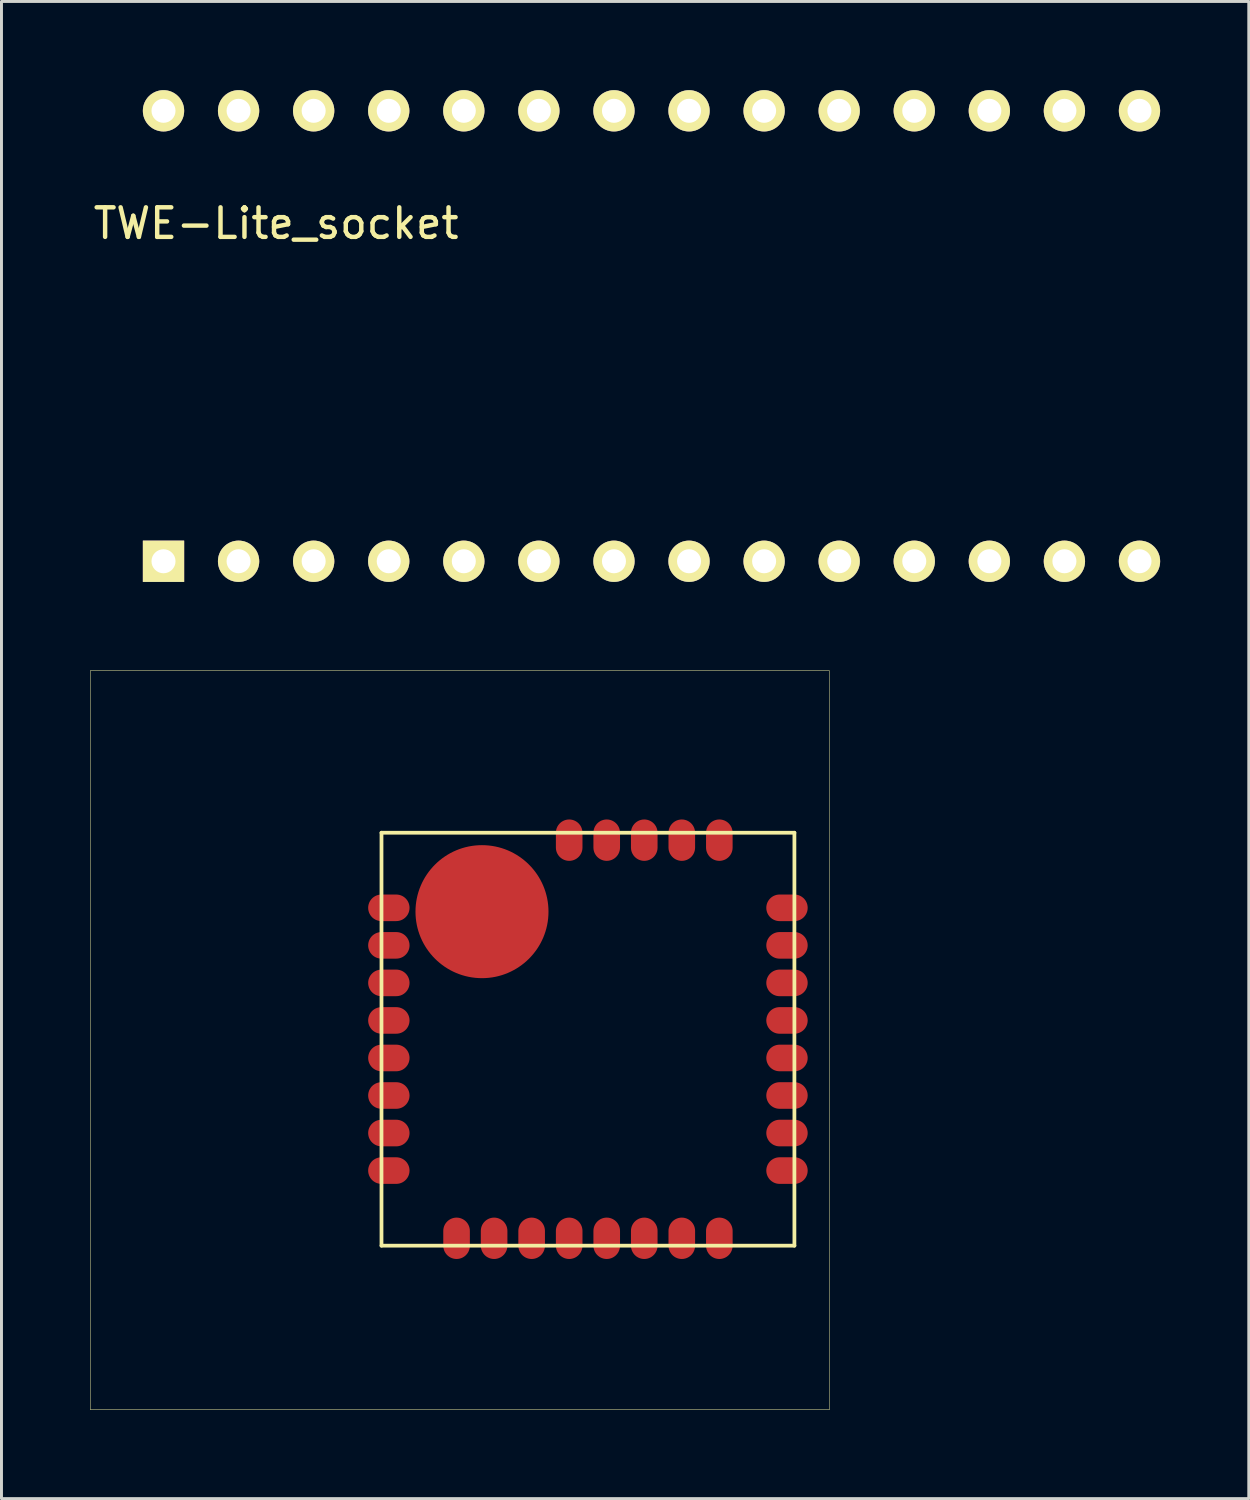
<source format=kicad_pcb>
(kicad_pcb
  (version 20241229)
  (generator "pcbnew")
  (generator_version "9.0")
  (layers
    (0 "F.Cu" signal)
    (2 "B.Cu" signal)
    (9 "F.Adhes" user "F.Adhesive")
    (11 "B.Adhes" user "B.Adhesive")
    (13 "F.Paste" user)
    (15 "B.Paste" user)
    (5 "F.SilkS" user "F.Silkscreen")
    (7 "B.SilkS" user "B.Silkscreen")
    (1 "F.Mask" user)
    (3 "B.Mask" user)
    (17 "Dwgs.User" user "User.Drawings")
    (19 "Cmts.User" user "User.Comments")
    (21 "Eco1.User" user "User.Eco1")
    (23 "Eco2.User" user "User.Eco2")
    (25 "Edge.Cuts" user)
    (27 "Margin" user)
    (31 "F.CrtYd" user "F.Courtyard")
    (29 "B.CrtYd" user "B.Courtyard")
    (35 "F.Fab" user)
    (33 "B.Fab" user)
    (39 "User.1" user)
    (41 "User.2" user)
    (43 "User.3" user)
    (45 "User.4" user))
  (footprint "TWE_LITE"
    (layer "F.Cu")
    (at 9.857 39.094)
    (property "Reference" "TWE_LITE" (at 0 0 0) (layer "Cmts.User") (effects (font (size 0.001 0.001) (thickness 0.000001))))
    (attr through_hole)
    (fp_line (start -9.85 -19.45) (end 15.15 -19.45) (stroke (width 0.015) (type solid)) (layer "F.SilkS"))
    (fp_line (start -9.85 5.55) (end -9.85 -19.45) (stroke (width 0.015) (type solid)) (layer "F.SilkS"))
    (fp_line (start 0 -13.97) (end 0 0) (stroke (width 0.127) (type solid)) (layer "F.SilkS"))
    (fp_line (start 0 0) (end 13.97 0) (stroke (width 0.127) (type solid)) (layer "F.SilkS"))
    (fp_line (start 13.97 -13.97) (end 0 -13.97) (stroke (width 0.127) (type solid)) (layer "F.SilkS"))
    (fp_line (start 13.97 0) (end 13.97 -13.97) (stroke (width 0.127) (type solid)) (layer "F.SilkS"))
    (fp_line (start 15.15 -19.45) (end 15.15 5.55) (stroke (width 0.015) (type solid)) (layer "F.SilkS"))
    (fp_line (start 15.15 5.55) (end -9.85 5.55) (stroke (width 0.015) (type solid)) (layer "F.SilkS"))
    (pad "" smd circle (at 3.4 -11.3) (size 4.5 4.5) (layers "F.Cu" "F.Mask" "F.Paste"))
    (pad "1" smd oval (at 0.249 -11.43) (size 1.4 0.899) (layers "F.Cu" "F.Mask" "F.Paste"))
    (pad "2" smd oval (at 0.249 -10.16) (size 1.4 0.899) (layers "F.Cu" "F.Mask" "F.Paste"))
    (pad "3" smd oval (at 0.249 -8.89) (size 1.4 0.899) (layers "F.Cu" "F.Mask" "F.Paste"))
    (pad "4" smd oval (at 0.249 -7.62) (size 1.4 0.899) (layers "F.Cu" "F.Mask" "F.Paste"))
    (pad "5" smd oval (at 0.249 -6.35) (size 1.4 0.9) (layers "F.Cu" "F.Mask" "F.Paste"))
    (pad "6" smd oval (at 0.249 -5.08) (size 1.4 0.9) (layers "F.Cu" "F.Mask" "F.Paste"))
    (pad "7" smd oval (at 0.249 -3.81) (size 1.4 0.9) (layers "F.Cu" "F.Mask" "F.Paste"))
    (pad "8" smd oval (at 0.249 -2.54) (size 1.4 0.9) (layers "F.Cu" "F.Mask" "F.Paste"))
    (pad "9" smd oval (at 2.54 -0.249 90) (size 1.4 0.9) (layers "F.Cu" "F.Mask" "F.Paste"))
    (pad "10" smd oval (at 3.81 -0.249 90) (size 1.4 0.9) (layers "F.Cu" "F.Mask" "F.Paste"))
    (pad "11" smd oval (at 5.08 -0.249 90) (size 1.4 0.9) (layers "F.Cu" "F.Mask" "F.Paste"))
    (pad "12" smd oval (at 6.35 -0.249 90) (size 1.4 0.9) (layers "F.Cu" "F.Mask" "F.Paste"))
    (pad "13" smd oval (at 7.62 -0.249 90) (size 1.4 0.9) (layers "F.Cu" "F.Mask" "F.Paste"))
    (pad "14" smd oval (at 8.89 -0.249 90) (size 1.4 0.9) (layers "F.Cu" "F.Mask" "F.Paste"))
    (pad "15" smd oval (at 10.16 -0.249 90) (size 1.4 0.9) (layers "F.Cu" "F.Mask" "F.Paste"))
    (pad "16" smd oval (at 11.43 -0.249 90) (size 1.4 0.9) (layers "F.Cu" "F.Mask" "F.Paste"))
    (pad "17" smd oval (at 13.719 -2.54 180) (size 1.4 0.9) (layers "F.Cu" "F.Mask" "F.Paste"))
    (pad "18" smd oval (at 13.719 -3.81 180) (size 1.4 0.9) (layers "F.Cu" "F.Mask" "F.Paste"))
    (pad "19" smd oval (at 13.719 -5.08 180) (size 1.4 0.9) (layers "F.Cu" "F.Mask" "F.Paste"))
    (pad "20" smd oval (at 13.719 -6.35 180) (size 1.4 0.9) (layers "F.Cu" "F.Mask" "F.Paste"))
    (pad "21" smd oval (at 13.719 -7.62 180) (size 1.4 0.9) (layers "F.Cu" "F.Mask" "F.Paste"))
    (pad "22" smd oval (at 13.719 -8.89 180) (size 1.4 0.9) (layers "F.Cu" "F.Mask" "F.Paste"))
    (pad "23" smd oval (at 13.719 -10.16 180) (size 1.4 0.9) (layers "F.Cu" "F.Mask" "F.Paste"))
    (pad "24" smd oval (at 13.719 -11.43 180) (size 1.4 0.9) (layers "F.Cu" "F.Mask" "F.Paste"))
    (pad "25" smd oval (at 11.43 -13.719 270) (size 1.4 0.899) (layers "F.Cu" "F.Mask" "F.Paste"))
    (pad "26" smd oval (at 10.16 -13.719 270) (size 1.4 0.9) (layers "F.Cu" "F.Mask" "F.Paste"))
    (pad "27" smd oval (at 8.89 -13.719 270) (size 1.4 0.9) (layers "F.Cu" "F.Mask" "F.Paste"))
    (pad "28" smd oval (at 7.62 -13.719 270) (size 1.4 0.9) (layers "F.Cu" "F.Mask" "F.Paste"))
    (pad "29" smd oval (at 6.35 -13.719 270) (size 1.4 0.9) (layers "F.Cu" "F.Mask" "F.Paste")))
  (footprint "TWE-Lite_socket"
    (layer "F.Cu")
    (at 18.992 8.319)
    (property "Reference" "TWE-Lite_socket" (at -12.7 -3.81 0) (layer "F.SilkS") (effects (font (size 1 1) (thickness 0.15))))
    (attr through_hole)
    (pad "1" thru_hole rect (at -16.51 7.62) (size 1.397 1.397) (drill 0.813) (layers "*.Cu" "*.Mask" "F.SilkS"))
    (pad "2" thru_hole circle (at -13.97 7.62) (size 1.397 1.397) (drill 0.813) (layers "*.Cu" "*.Mask" "F.SilkS"))
    (pad "3" thru_hole circle (at -11.43 7.62) (size 1.397 1.397) (drill 0.813) (layers "*.Cu" "*.Mask" "F.SilkS"))
    (pad "4" thru_hole circle (at -8.89 7.62) (size 1.397 1.397) (drill 0.813) (layers "*.Cu" "*.Mask" "F.SilkS"))
    (pad "5" thru_hole circle (at -6.35 7.62) (size 1.397 1.397) (drill 0.813) (layers "*.Cu" "*.Mask" "F.SilkS"))
    (pad "6" thru_hole circle (at -3.81 7.62) (size 1.397 1.397) (drill 0.813) (layers "*.Cu" "*.Mask" "F.SilkS"))
    (pad "7" thru_hole circle (at -1.27 7.62) (size 1.397 1.397) (drill 0.813) (layers "*.Cu" "*.Mask" "F.SilkS"))
    (pad "8" thru_hole circle (at 1.27 7.62) (size 1.397 1.397) (drill 0.813) (layers "*.Cu" "*.Mask" "F.SilkS"))
    (pad "9" thru_hole circle (at 3.81 7.62) (size 1.397 1.397) (drill 0.813) (layers "*.Cu" "*.Mask" "F.SilkS"))
    (pad "10" thru_hole circle (at 6.35 7.62) (size 1.397 1.397) (drill 0.813) (layers "*.Cu" "*.Mask" "F.SilkS"))
    (pad "11" thru_hole circle (at 8.89 7.62) (size 1.397 1.397) (drill 0.813) (layers "*.Cu" "*.Mask" "F.SilkS"))
    (pad "12" thru_hole circle (at 11.43 7.62) (size 1.397 1.397) (drill 0.813) (layers "*.Cu" "*.Mask" "F.SilkS"))
    (pad "13" thru_hole circle (at 13.97 7.62) (size 1.397 1.397) (drill 0.813) (layers "*.Cu" "*.Mask" "F.SilkS"))
    (pad "14" thru_hole circle (at 16.51 7.62) (size 1.397 1.397) (drill 0.813) (layers "*.Cu" "*.Mask" "F.SilkS"))
    (pad "15" thru_hole circle (at 16.51 -7.62) (size 1.397 1.397) (drill 0.813) (layers "*.Cu" "*.Mask" "F.SilkS"))
    (pad "16" thru_hole circle (at 13.97 -7.62) (size 1.397 1.397) (drill 0.813) (layers "*.Cu" "*.Mask" "F.SilkS"))
    (pad "17" thru_hole circle (at 11.43 -7.62) (size 1.397 1.397) (drill 0.813) (layers "*.Cu" "*.Mask" "F.SilkS"))
    (pad "18" thru_hole circle (at 8.89 -7.62) (size 1.397 1.397) (drill 0.813) (layers "*.Cu" "*.Mask" "F.SilkS"))
    (pad "19" thru_hole circle (at 6.35 -7.62) (size 1.397 1.397) (drill 0.813) (layers "*.Cu" "*.Mask" "F.SilkS"))
    (pad "20" thru_hole circle (at 3.81 -7.62) (size 1.397 1.397) (drill 0.813) (layers "*.Cu" "*.Mask" "F.SilkS"))
    (pad "21" thru_hole circle (at 1.27 -7.62) (size 1.397 1.397) (drill 0.813) (layers "*.Cu" "*.Mask" "F.SilkS"))
    (pad "22" thru_hole circle (at -1.27 -7.62) (size 1.397 1.397) (drill 0.813) (layers "*.Cu" "*.Mask" "F.SilkS"))
    (pad "23" thru_hole circle (at -3.81 -7.62) (size 1.397 1.397) (drill 0.813) (layers "*.Cu" "*.Mask" "F.SilkS"))
    (pad "24" thru_hole circle (at -6.35 -7.62) (size 1.397 1.397) (drill 0.813) (layers "*.Cu" "*.Mask" "F.SilkS"))
    (pad "25" thru_hole circle (at -8.89 -7.62) (size 1.397 1.397) (drill 0.813) (layers "*.Cu" "*.Mask" "F.SilkS"))
    (pad "26" thru_hole circle (at -11.43 -7.62) (size 1.397 1.397) (drill 0.813) (layers "*.Cu" "*.Mask" "F.SilkS"))
    (pad "27" thru_hole circle (at -13.97 -7.62) (size 1.397 1.397) (drill 0.813) (layers "*.Cu" "*.Mask" "F.SilkS"))
    (pad "28" thru_hole circle (at -16.51 -7.62) (size 1.397 1.397) (drill 0.813) (layers "*.Cu" "*.Mask" "F.SilkS")))
  (gr_rect
    (start -3 -3)
    (end 39.2 47.652)
    (stroke (width 0.1) (type default))
    (fill no)
    (layer "Edge.Cuts")))
</source>
